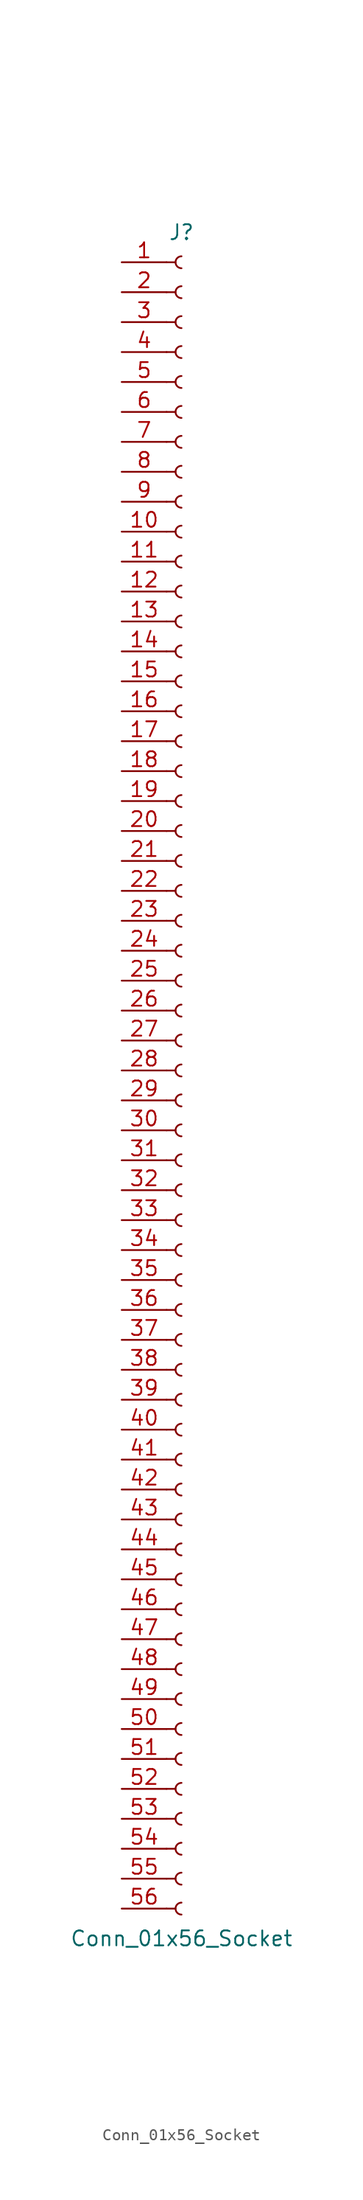
<source format=kicad_sym>
(kicad_symbol_lib
  (version 20241209)
  (generator "kicad_symbol_editor")
  (generator_version "9.0")
  (symbol "Conn_01x56_Socket"
    (pin_names
      (offset 1.016)
      (hide yes))
    (property "Reference" "J"
      (at 0 71.12 0)
      (effects (font (size 1.27 1.27))))
    (property "Value" "Conn_01x56_Socket"
      (at 0 -73.66 0)
      (effects (font (size 1.27 1.27))))
    (property "ki_locked" ""
      (at 0 0 0)
      (effects (font (size 1.27 1.27))))
    (symbol "Conn_01x56_Socket_1_1"
      (polyline (pts (xy -1.27 68.58) (xy -0.508 68.58)) (stroke (width 0.152) (type default)) (fill (type none)))
      (polyline (pts (xy -1.27 66.04) (xy -0.508 66.04)) (stroke (width 0.152) (type default)) (fill (type none)))
      (polyline (pts (xy -1.27 63.5) (xy -0.508 63.5)) (stroke (width 0.152) (type default)) (fill (type none)))
      (polyline (pts (xy -1.27 60.96) (xy -0.508 60.96)) (stroke (width 0.152) (type default)) (fill (type none)))
      (polyline (pts (xy -1.27 58.42) (xy -0.508 58.42)) (stroke (width 0.152) (type default)) (fill (type none)))
      (polyline (pts (xy -1.27 55.88) (xy -0.508 55.88)) (stroke (width 0.152) (type default)) (fill (type none)))
      (polyline (pts (xy -1.27 53.34) (xy -0.508 53.34)) (stroke (width 0.152) (type default)) (fill (type none)))
      (polyline (pts (xy -1.27 50.8) (xy -0.508 50.8)) (stroke (width 0.152) (type default)) (fill (type none)))
      (polyline (pts (xy -1.27 48.26) (xy -0.508 48.26)) (stroke (width 0.152) (type default)) (fill (type none)))
      (polyline (pts (xy -1.27 45.72) (xy -0.508 45.72)) (stroke (width 0.152) (type default)) (fill (type none)))
      (polyline (pts (xy -1.27 43.18) (xy -0.508 43.18)) (stroke (width 0.152) (type default)) (fill (type none)))
      (polyline (pts (xy -1.27 40.64) (xy -0.508 40.64)) (stroke (width 0.152) (type default)) (fill (type none)))
      (polyline (pts (xy -1.27 38.1) (xy -0.508 38.1)) (stroke (width 0.152) (type default)) (fill (type none)))
      (polyline (pts (xy -1.27 35.56) (xy -0.508 35.56)) (stroke (width 0.152) (type default)) (fill (type none)))
      (polyline (pts (xy -1.27 33.02) (xy -0.508 33.02)) (stroke (width 0.152) (type default)) (fill (type none)))
      (polyline (pts (xy -1.27 30.48) (xy -0.508 30.48)) (stroke (width 0.152) (type default)) (fill (type none)))
      (polyline (pts (xy -1.27 27.94) (xy -0.508 27.94)) (stroke (width 0.152) (type default)) (fill (type none)))
      (polyline (pts (xy -1.27 25.4) (xy -0.508 25.4)) (stroke (width 0.152) (type default)) (fill (type none)))
      (polyline (pts (xy -1.27 22.86) (xy -0.508 22.86)) (stroke (width 0.152) (type default)) (fill (type none)))
      (polyline (pts (xy -1.27 20.32) (xy -0.508 20.32)) (stroke (width 0.152) (type default)) (fill (type none)))
      (polyline (pts (xy -1.27 17.78) (xy -0.508 17.78)) (stroke (width 0.152) (type default)) (fill (type none)))
      (polyline (pts (xy -1.27 15.24) (xy -0.508 15.24)) (stroke (width 0.152) (type default)) (fill (type none)))
      (polyline (pts (xy -1.27 12.7) (xy -0.508 12.7)) (stroke (width 0.152) (type default)) (fill (type none)))
      (polyline (pts (xy -1.27 10.16) (xy -0.508 10.16)) (stroke (width 0.152) (type default)) (fill (type none)))
      (polyline (pts (xy -1.27 7.62) (xy -0.508 7.62)) (stroke (width 0.152) (type default)) (fill (type none)))
      (polyline (pts (xy -1.27 5.08) (xy -0.508 5.08)) (stroke (width 0.152) (type default)) (fill (type none)))
      (polyline (pts (xy -1.27 2.54) (xy -0.508 2.54)) (stroke (width 0.152) (type default)) (fill (type none)))
      (polyline (pts (xy -1.27 0) (xy -0.508 0)) (stroke (width 0.152) (type default)) (fill (type none)))
      (polyline (pts (xy -1.27 -2.54) (xy -0.508 -2.54)) (stroke (width 0.152) (type default)) (fill (type none)))
      (polyline (pts (xy -1.27 -5.08) (xy -0.508 -5.08)) (stroke (width 0.152) (type default)) (fill (type none)))
      (polyline (pts (xy -1.27 -7.62) (xy -0.508 -7.62)) (stroke (width 0.152) (type default)) (fill (type none)))
      (polyline (pts (xy -1.27 -10.16) (xy -0.508 -10.16)) (stroke (width 0.152) (type default)) (fill (type none)))
      (polyline (pts (xy -1.27 -12.7) (xy -0.508 -12.7)) (stroke (width 0.152) (type default)) (fill (type none)))
      (polyline (pts (xy -1.27 -15.24) (xy -0.508 -15.24)) (stroke (width 0.152) (type default)) (fill (type none)))
      (polyline (pts (xy -1.27 -17.78) (xy -0.508 -17.78)) (stroke (width 0.152) (type default)) (fill (type none)))
      (polyline (pts (xy -1.27 -20.32) (xy -0.508 -20.32)) (stroke (width 0.152) (type default)) (fill (type none)))
      (polyline (pts (xy -1.27 -22.86) (xy -0.508 -22.86)) (stroke (width 0.152) (type default)) (fill (type none)))
      (polyline (pts (xy -1.27 -25.4) (xy -0.508 -25.4)) (stroke (width 0.152) (type default)) (fill (type none)))
      (polyline (pts (xy -1.27 -27.94) (xy -0.508 -27.94)) (stroke (width 0.152) (type default)) (fill (type none)))
      (polyline (pts (xy -1.27 -30.48) (xy -0.508 -30.48)) (stroke (width 0.152) (type default)) (fill (type none)))
      (polyline (pts (xy -1.27 -33.02) (xy -0.508 -33.02)) (stroke (width 0.152) (type default)) (fill (type none)))
      (polyline (pts (xy -1.27 -35.56) (xy -0.508 -35.56)) (stroke (width 0.152) (type default)) (fill (type none)))
      (polyline (pts (xy -1.27 -38.1) (xy -0.508 -38.1)) (stroke (width 0.152) (type default)) (fill (type none)))
      (polyline (pts (xy -1.27 -40.64) (xy -0.508 -40.64)) (stroke (width 0.152) (type default)) (fill (type none)))
      (polyline (pts (xy -1.27 -43.18) (xy -0.508 -43.18)) (stroke (width 0.152) (type default)) (fill (type none)))
      (polyline (pts (xy -1.27 -45.72) (xy -0.508 -45.72)) (stroke (width 0.152) (type default)) (fill (type none)))
      (polyline (pts (xy -1.27 -48.26) (xy -0.508 -48.26)) (stroke (width 0.152) (type default)) (fill (type none)))
      (polyline (pts (xy -1.27 -50.8) (xy -0.508 -50.8)) (stroke (width 0.152) (type default)) (fill (type none)))
      (polyline (pts (xy -1.27 -53.34) (xy -0.508 -53.34)) (stroke (width 0.152) (type default)) (fill (type none)))
      (polyline (pts (xy -1.27 -55.88) (xy -0.508 -55.88)) (stroke (width 0.152) (type default)) (fill (type none)))
      (polyline (pts (xy -1.27 -58.42) (xy -0.508 -58.42)) (stroke (width 0.152) (type default)) (fill (type none)))
      (polyline (pts (xy -1.27 -60.96) (xy -0.508 -60.96)) (stroke (width 0.152) (type default)) (fill (type none)))
      (polyline (pts (xy -1.27 -63.5) (xy -0.508 -63.5)) (stroke (width 0.152) (type default)) (fill (type none)))
      (polyline (pts (xy -1.27 -66.04) (xy -0.508 -66.04)) (stroke (width 0.152) (type default)) (fill (type none)))
      (polyline (pts (xy -1.27 -68.58) (xy -0.508 -68.58)) (stroke (width 0.152) (type default)) (fill (type none)))
      (polyline (pts (xy -1.27 -71.12) (xy -0.508 -71.12)) (stroke (width 0.152) (type default)) (fill (type none)))
      (arc (start 0 68.072) (mid -0.5058 68.58) (end 0 69.088) (stroke (width 0.1524) (type default)) (fill (type none)))
      (arc (start 0 65.532) (mid -0.5058 66.04) (end 0 66.548) (stroke (width 0.1524) (type default)) (fill (type none)))
      (arc (start 0 62.992) (mid -0.5058 63.5) (end 0 64.008) (stroke (width 0.1524) (type default)) (fill (type none)))
      (arc (start 0 60.452) (mid -0.5058 60.96) (end 0 61.468) (stroke (width 0.1524) (type default)) (fill (type none)))
      (arc (start 0 57.912) (mid -0.5058 58.42) (end 0 58.928) (stroke (width 0.1524) (type default)) (fill (type none)))
      (arc (start 0 55.372) (mid -0.5058 55.88) (end 0 56.388) (stroke (width 0.1524) (type default)) (fill (type none)))
      (arc (start 0 52.832) (mid -0.5058 53.34) (end 0 53.848) (stroke (width 0.1524) (type default)) (fill (type none)))
      (arc (start 0 50.292) (mid -0.5058 50.8) (end 0 51.308) (stroke (width 0.1524) (type default)) (fill (type none)))
      (arc (start 0 47.752) (mid -0.5058 48.26) (end 0 48.768) (stroke (width 0.1524) (type default)) (fill (type none)))
      (arc (start 0 45.212) (mid -0.5058 45.72) (end 0 46.228) (stroke (width 0.1524) (type default)) (fill (type none)))
      (arc (start 0 42.672) (mid -0.5058 43.18) (end 0 43.688) (stroke (width 0.1524) (type default)) (fill (type none)))
      (arc (start 0 40.132) (mid -0.5058 40.64) (end 0 41.148) (stroke (width 0.1524) (type default)) (fill (type none)))
      (arc (start 0 37.592) (mid -0.5058 38.1) (end 0 38.608) (stroke (width 0.1524) (type default)) (fill (type none)))
      (arc (start 0 35.052) (mid -0.5058 35.56) (end 0 36.068) (stroke (width 0.1524) (type default)) (fill (type none)))
      (arc (start 0 32.512) (mid -0.5058 33.02) (end 0 33.528) (stroke (width 0.1524) (type default)) (fill (type none)))
      (arc (start 0 29.972) (mid -0.5058 30.48) (end 0 30.988) (stroke (width 0.1524) (type default)) (fill (type none)))
      (arc (start 0 27.432) (mid -0.5058 27.94) (end 0 28.448) (stroke (width 0.1524) (type default)) (fill (type none)))
      (arc (start 0 24.892) (mid -0.5058 25.4) (end 0 25.908) (stroke (width 0.1524) (type default)) (fill (type none)))
      (arc (start 0 22.352) (mid -0.5058 22.86) (end 0 23.368) (stroke (width 0.1524) (type default)) (fill (type none)))
      (arc (start 0 19.812) (mid -0.5058 20.32) (end 0 20.828) (stroke (width 0.1524) (type default)) (fill (type none)))
      (arc (start 0 17.272) (mid -0.5058 17.78) (end 0 18.288) (stroke (width 0.1524) (type default)) (fill (type none)))
      (arc (start 0 14.732) (mid -0.5058 15.24) (end 0 15.748) (stroke (width 0.1524) (type default)) (fill (type none)))
      (arc (start 0 12.192) (mid -0.5058 12.7) (end 0 13.208) (stroke (width 0.1524) (type default)) (fill (type none)))
      (arc (start 0 9.652) (mid -0.5058 10.16) (end 0 10.668) (stroke (width 0.1524) (type default)) (fill (type none)))
      (arc (start 0 7.112) (mid -0.5058 7.62) (end 0 8.128) (stroke (width 0.1524) (type default)) (fill (type none)))
      (arc (start 0 4.572) (mid -0.5058 5.08) (end 0 5.588) (stroke (width 0.1524) (type default)) (fill (type none)))
      (arc (start 0 2.032) (mid -0.5058 2.54) (end 0 3.048) (stroke (width 0.1524) (type default)) (fill (type none)))
      (arc (start 0 -0.508) (mid -0.5058 0) (end 0 0.508) (stroke (width 0.1524) (type default)) (fill (type none)))
      (arc (start 0 -3.048) (mid -0.5058 -2.54) (end 0 -2.032) (stroke (width 0.1524) (type default)) (fill (type none)))
      (arc (start 0 -5.588) (mid -0.5058 -5.08) (end 0 -4.572) (stroke (width 0.1524) (type default)) (fill (type none)))
      (arc (start 0 -8.128) (mid -0.5058 -7.62) (end 0 -7.112) (stroke (width 0.1524) (type default)) (fill (type none)))
      (arc (start 0 -10.668) (mid -0.5058 -10.16) (end 0 -9.652) (stroke (width 0.1524) (type default)) (fill (type none)))
      (arc (start 0 -13.208) (mid -0.5058 -12.7) (end 0 -12.192) (stroke (width 0.1524) (type default)) (fill (type none)))
      (arc (start 0 -15.748) (mid -0.5058 -15.24) (end 0 -14.732) (stroke (width 0.1524) (type default)) (fill (type none)))
      (arc (start 0 -18.288) (mid -0.5058 -17.78) (end 0 -17.272) (stroke (width 0.1524) (type default)) (fill (type none)))
      (arc (start 0 -20.828) (mid -0.5058 -20.32) (end 0 -19.812) (stroke (width 0.1524) (type default)) (fill (type none)))
      (arc (start 0 -23.368) (mid -0.5058 -22.86) (end 0 -22.352) (stroke (width 0.1524) (type default)) (fill (type none)))
      (arc (start 0 -25.908) (mid -0.5058 -25.4) (end 0 -24.892) (stroke (width 0.1524) (type default)) (fill (type none)))
      (arc (start 0 -28.448) (mid -0.5058 -27.94) (end 0 -27.432) (stroke (width 0.1524) (type default)) (fill (type none)))
      (arc (start 0 -30.988) (mid -0.5058 -30.48) (end 0 -29.972) (stroke (width 0.1524) (type default)) (fill (type none)))
      (arc (start 0 -33.528) (mid -0.5058 -33.02) (end 0 -32.512) (stroke (width 0.1524) (type default)) (fill (type none)))
      (arc (start 0 -36.068) (mid -0.5058 -35.56) (end 0 -35.052) (stroke (width 0.1524) (type default)) (fill (type none)))
      (arc (start 0 -38.608) (mid -0.5058 -38.1) (end 0 -37.592) (stroke (width 0.1524) (type default)) (fill (type none)))
      (arc (start 0 -41.148) (mid -0.5058 -40.64) (end 0 -40.132) (stroke (width 0.1524) (type default)) (fill (type none)))
      (arc (start 0 -43.688) (mid -0.5058 -43.18) (end 0 -42.672) (stroke (width 0.1524) (type default)) (fill (type none)))
      (arc (start 0 -46.228) (mid -0.5058 -45.72) (end 0 -45.212) (stroke (width 0.1524) (type default)) (fill (type none)))
      (arc (start 0 -48.768) (mid -0.5058 -48.26) (end 0 -47.752) (stroke (width 0.1524) (type default)) (fill (type none)))
      (arc (start 0 -51.308) (mid -0.5058 -50.8) (end 0 -50.292) (stroke (width 0.1524) (type default)) (fill (type none)))
      (arc (start 0 -53.848) (mid -0.5058 -53.34) (end 0 -52.832) (stroke (width 0.1524) (type default)) (fill (type none)))
      (arc (start 0 -56.388) (mid -0.5058 -55.88) (end 0 -55.372) (stroke (width 0.1524) (type default)) (fill (type none)))
      (arc (start 0 -58.928) (mid -0.5058 -58.42) (end 0 -57.912) (stroke (width 0.1524) (type default)) (fill (type none)))
      (arc (start 0 -61.468) (mid -0.5058 -60.96) (end 0 -60.452) (stroke (width 0.1524) (type default)) (fill (type none)))
      (arc (start 0 -64.008) (mid -0.5058 -63.5) (end 0 -62.992) (stroke (width 0.1524) (type default)) (fill (type none)))
      (arc (start 0 -66.548) (mid -0.5058 -66.04) (end 0 -65.532) (stroke (width 0.1524) (type default)) (fill (type none)))
      (arc (start 0 -69.088) (mid -0.5058 -68.58) (end 0 -68.072) (stroke (width 0.1524) (type default)) (fill (type none)))
      (arc (start 0 -71.628) (mid -0.5058 -71.12) (end 0 -70.612) (stroke (width 0.1524) (type default)) (fill (type none)))
      (pin passive line (at -5.08 68.58 0) (length 3.81) (name "Pin_1" (effects (font (size 1.27 1.27)))) (number "1" (effects (font (size 1.27 1.27)))))
      (pin passive line (at -5.08 66.04 0) (length 3.81) (name "Pin_2" (effects (font (size 1.27 1.27)))) (number "2" (effects (font (size 1.27 1.27)))))
      (pin passive line (at -5.08 63.5 0) (length 3.81) (name "Pin_3" (effects (font (size 1.27 1.27)))) (number "3" (effects (font (size 1.27 1.27)))))
      (pin passive line (at -5.08 60.96 0) (length 3.81) (name "Pin_4" (effects (font (size 1.27 1.27)))) (number "4" (effects (font (size 1.27 1.27)))))
      (pin passive line (at -5.08 58.42 0) (length 3.81) (name "Pin_5" (effects (font (size 1.27 1.27)))) (number "5" (effects (font (size 1.27 1.27)))))
      (pin passive line (at -5.08 55.88 0) (length 3.81) (name "Pin_6" (effects (font (size 1.27 1.27)))) (number "6" (effects (font (size 1.27 1.27)))))
      (pin passive line (at -5.08 53.34 0) (length 3.81) (name "Pin_7" (effects (font (size 1.27 1.27)))) (number "7" (effects (font (size 1.27 1.27)))))
      (pin passive line (at -5.08 50.8 0) (length 3.81) (name "Pin_8" (effects (font (size 1.27 1.27)))) (number "8" (effects (font (size 1.27 1.27)))))
      (pin passive line (at -5.08 48.26 0) (length 3.81) (name "Pin_9" (effects (font (size 1.27 1.27)))) (number "9" (effects (font (size 1.27 1.27)))))
      (pin passive line (at -5.08 45.72 0) (length 3.81) (name "Pin_10" (effects (font (size 1.27 1.27)))) (number "10" (effects (font (size 1.27 1.27)))))
      (pin passive line (at -5.08 43.18 0) (length 3.81) (name "Pin_11" (effects (font (size 1.27 1.27)))) (number "11" (effects (font (size 1.27 1.27)))))
      (pin passive line (at -5.08 40.64 0) (length 3.81) (name "Pin_12" (effects (font (size 1.27 1.27)))) (number "12" (effects (font (size 1.27 1.27)))))
      (pin passive line (at -5.08 38.1 0) (length 3.81) (name "Pin_13" (effects (font (size 1.27 1.27)))) (number "13" (effects (font (size 1.27 1.27)))))
      (pin passive line (at -5.08 35.56 0) (length 3.81) (name "Pin_14" (effects (font (size 1.27 1.27)))) (number "14" (effects (font (size 1.27 1.27)))))
      (pin passive line (at -5.08 33.02 0) (length 3.81) (name "Pin_15" (effects (font (size 1.27 1.27)))) (number "15" (effects (font (size 1.27 1.27)))))
      (pin passive line (at -5.08 30.48 0) (length 3.81) (name "Pin_16" (effects (font (size 1.27 1.27)))) (number "16" (effects (font (size 1.27 1.27)))))
      (pin passive line (at -5.08 27.94 0) (length 3.81) (name "Pin_17" (effects (font (size 1.27 1.27)))) (number "17" (effects (font (size 1.27 1.27)))))
      (pin passive line (at -5.08 25.4 0) (length 3.81) (name "Pin_18" (effects (font (size 1.27 1.27)))) (number "18" (effects (font (size 1.27 1.27)))))
      (pin passive line (at -5.08 22.86 0) (length 3.81) (name "Pin_19" (effects (font (size 1.27 1.27)))) (number "19" (effects (font (size 1.27 1.27)))))
      (pin passive line (at -5.08 20.32 0) (length 3.81) (name "Pin_20" (effects (font (size 1.27 1.27)))) (number "20" (effects (font (size 1.27 1.27)))))
      (pin passive line (at -5.08 17.78 0) (length 3.81) (name "Pin_21" (effects (font (size 1.27 1.27)))) (number "21" (effects (font (size 1.27 1.27)))))
      (pin passive line (at -5.08 15.24 0) (length 3.81) (name "Pin_22" (effects (font (size 1.27 1.27)))) (number "22" (effects (font (size 1.27 1.27)))))
      (pin passive line (at -5.08 12.7 0) (length 3.81) (name "Pin_23" (effects (font (size 1.27 1.27)))) (number "23" (effects (font (size 1.27 1.27)))))
      (pin passive line (at -5.08 10.16 0) (length 3.81) (name "Pin_24" (effects (font (size 1.27 1.27)))) (number "24" (effects (font (size 1.27 1.27)))))
      (pin passive line (at -5.08 7.62 0) (length 3.81) (name "Pin_25" (effects (font (size 1.27 1.27)))) (number "25" (effects (font (size 1.27 1.27)))))
      (pin passive line (at -5.08 5.08 0) (length 3.81) (name "Pin_26" (effects (font (size 1.27 1.27)))) (number "26" (effects (font (size 1.27 1.27)))))
      (pin passive line (at -5.08 2.54 0) (length 3.81) (name "Pin_27" (effects (font (size 1.27 1.27)))) (number "27" (effects (font (size 1.27 1.27)))))
      (pin passive line (at -5.08 0 0) (length 3.81) (name "Pin_28" (effects (font (size 1.27 1.27)))) (number "28" (effects (font (size 1.27 1.27)))))
      (pin passive line (at -5.08 -2.54 0) (length 3.81) (name "Pin_29" (effects (font (size 1.27 1.27)))) (number "29" (effects (font (size 1.27 1.27)))))
      (pin passive line (at -5.08 -5.08 0) (length 3.81) (name "Pin_30" (effects (font (size 1.27 1.27)))) (number "30" (effects (font (size 1.27 1.27)))))
      (pin passive line (at -5.08 -7.62 0) (length 3.81) (name "Pin_31" (effects (font (size 1.27 1.27)))) (number "31" (effects (font (size 1.27 1.27)))))
      (pin passive line (at -5.08 -10.16 0) (length 3.81) (name "Pin_32" (effects (font (size 1.27 1.27)))) (number "32" (effects (font (size 1.27 1.27)))))
      (pin passive line (at -5.08 -12.7 0) (length 3.81) (name "Pin_33" (effects (font (size 1.27 1.27)))) (number "33" (effects (font (size 1.27 1.27)))))
      (pin passive line (at -5.08 -15.24 0) (length 3.81) (name "Pin_34" (effects (font (size 1.27 1.27)))) (number "34" (effects (font (size 1.27 1.27)))))
      (pin passive line (at -5.08 -17.78 0) (length 3.81) (name "Pin_35" (effects (font (size 1.27 1.27)))) (number "35" (effects (font (size 1.27 1.27)))))
      (pin passive line (at -5.08 -20.32 0) (length 3.81) (name "Pin_36" (effects (font (size 1.27 1.27)))) (number "36" (effects (font (size 1.27 1.27)))))
      (pin passive line (at -5.08 -22.86 0) (length 3.81) (name "Pin_37" (effects (font (size 1.27 1.27)))) (number "37" (effects (font (size 1.27 1.27)))))
      (pin passive line (at -5.08 -25.4 0) (length 3.81) (name "Pin_38" (effects (font (size 1.27 1.27)))) (number "38" (effects (font (size 1.27 1.27)))))
      (pin passive line (at -5.08 -27.94 0) (length 3.81) (name "Pin_39" (effects (font (size 1.27 1.27)))) (number "39" (effects (font (size 1.27 1.27)))))
      (pin passive line (at -5.08 -30.48 0) (length 3.81) (name "Pin_40" (effects (font (size 1.27 1.27)))) (number "40" (effects (font (size 1.27 1.27)))))
      (pin passive line (at -5.08 -33.02 0) (length 3.81) (name "Pin_41" (effects (font (size 1.27 1.27)))) (number "41" (effects (font (size 1.27 1.27)))))
      (pin passive line (at -5.08 -35.56 0) (length 3.81) (name "Pin_42" (effects (font (size 1.27 1.27)))) (number "42" (effects (font (size 1.27 1.27)))))
      (pin passive line (at -5.08 -38.1 0) (length 3.81) (name "Pin_43" (effects (font (size 1.27 1.27)))) (number "43" (effects (font (size 1.27 1.27)))))
      (pin passive line (at -5.08 -40.64 0) (length 3.81) (name "Pin_44" (effects (font (size 1.27 1.27)))) (number "44" (effects (font (size 1.27 1.27)))))
      (pin passive line (at -5.08 -43.18 0) (length 3.81) (name "Pin_45" (effects (font (size 1.27 1.27)))) (number "45" (effects (font (size 1.27 1.27)))))
      (pin passive line (at -5.08 -45.72 0) (length 3.81) (name "Pin_46" (effects (font (size 1.27 1.27)))) (number "46" (effects (font (size 1.27 1.27)))))
      (pin passive line (at -5.08 -48.26 0) (length 3.81) (name "Pin_47" (effects (font (size 1.27 1.27)))) (number "47" (effects (font (size 1.27 1.27)))))
      (pin passive line (at -5.08 -50.8 0) (length 3.81) (name "Pin_48" (effects (font (size 1.27 1.27)))) (number "48" (effects (font (size 1.27 1.27)))))
      (pin passive line (at -5.08 -53.34 0) (length 3.81) (name "Pin_49" (effects (font (size 1.27 1.27)))) (number "49" (effects (font (size 1.27 1.27)))))
      (pin passive line (at -5.08 -55.88 0) (length 3.81) (name "Pin_50" (effects (font (size 1.27 1.27)))) (number "50" (effects (font (size 1.27 1.27)))))
      (pin passive line (at -5.08 -58.42 0) (length 3.81) (name "Pin_51" (effects (font (size 1.27 1.27)))) (number "51" (effects (font (size 1.27 1.27)))))
      (pin passive line (at -5.08 -60.96 0) (length 3.81) (name "Pin_52" (effects (font (size 1.27 1.27)))) (number "52" (effects (font (size 1.27 1.27)))))
      (pin passive line (at -5.08 -63.5 0) (length 3.81) (name "Pin_53" (effects (font (size 1.27 1.27)))) (number "53" (effects (font (size 1.27 1.27)))))
      (pin passive line (at -5.08 -66.04 0) (length 3.81) (name "Pin_54" (effects (font (size 1.27 1.27)))) (number "54" (effects (font (size 1.27 1.27)))))
      (pin passive line (at -5.08 -68.58 0) (length 3.81) (name "Pin_55" (effects (font (size 1.27 1.27)))) (number "55" (effects (font (size 1.27 1.27)))))
      (pin passive line (at -5.08 -71.12 0) (length 3.81) (name "Pin_56" (effects (font (size 1.27 1.27)))) (number "56" (effects (font (size 1.27 1.27))))))))
</source>
